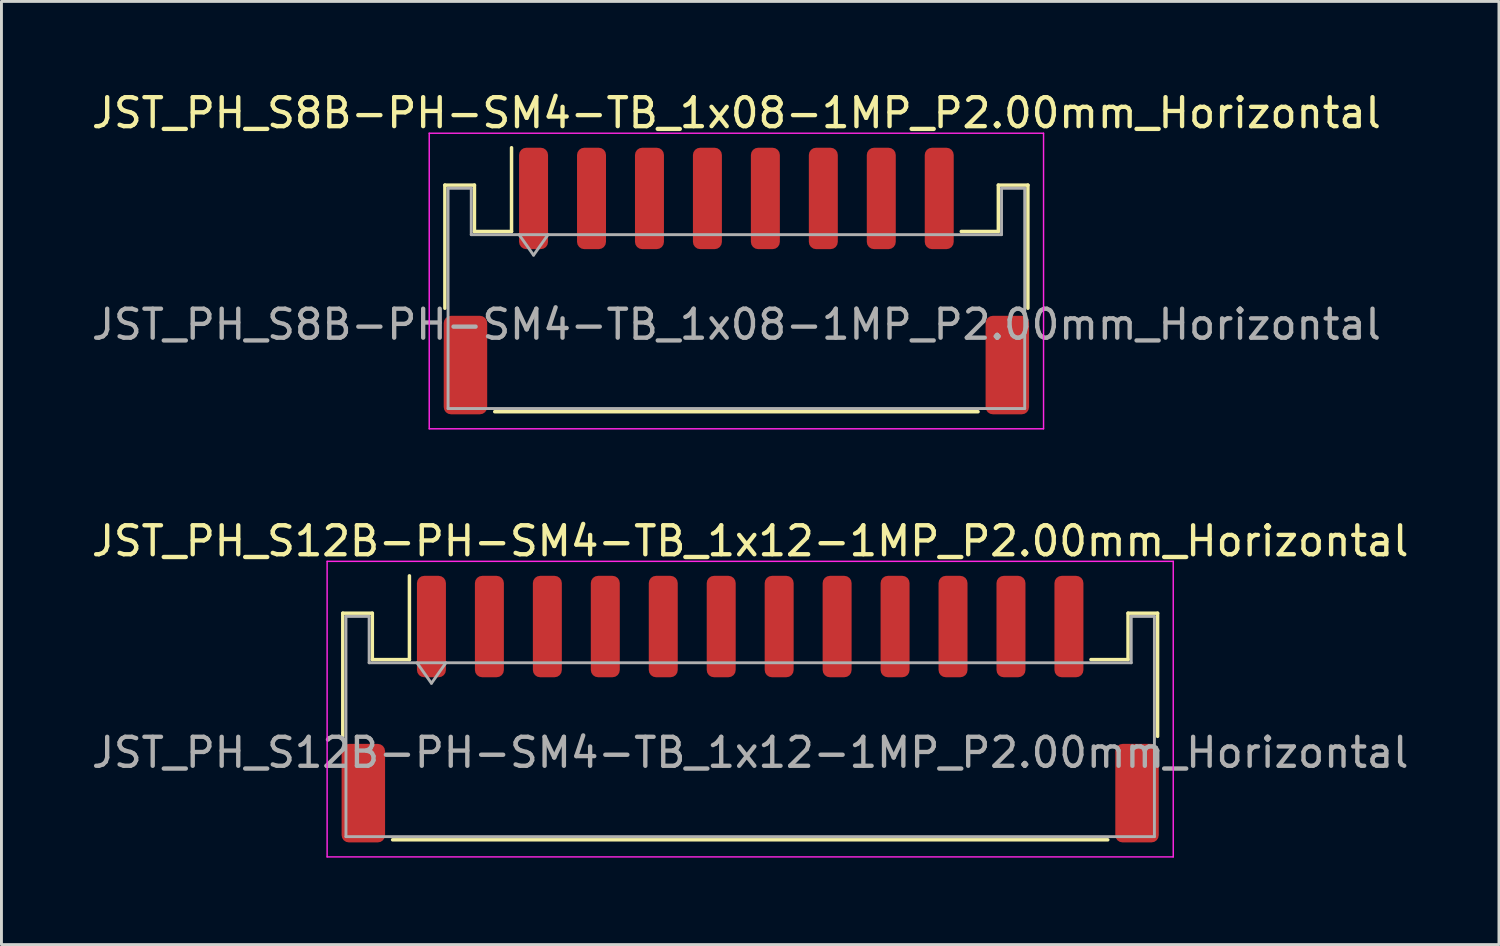
<source format=kicad_pcb>
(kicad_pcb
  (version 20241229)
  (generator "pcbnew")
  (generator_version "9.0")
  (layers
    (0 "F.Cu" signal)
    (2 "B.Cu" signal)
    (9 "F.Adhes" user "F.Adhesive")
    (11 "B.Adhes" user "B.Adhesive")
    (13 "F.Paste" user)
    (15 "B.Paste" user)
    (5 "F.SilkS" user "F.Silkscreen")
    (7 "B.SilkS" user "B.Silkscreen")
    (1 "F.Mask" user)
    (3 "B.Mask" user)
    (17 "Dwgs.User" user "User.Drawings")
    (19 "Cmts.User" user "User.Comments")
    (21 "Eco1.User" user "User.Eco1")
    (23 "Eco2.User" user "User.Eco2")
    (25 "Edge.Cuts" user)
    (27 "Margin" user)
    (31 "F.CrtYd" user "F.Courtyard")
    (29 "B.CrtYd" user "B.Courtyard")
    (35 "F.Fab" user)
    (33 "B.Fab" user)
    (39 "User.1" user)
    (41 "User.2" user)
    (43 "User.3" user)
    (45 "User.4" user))
  (footprint "JST_PH_S8B-PH-SM4-TB_1x08-1MP_P2.00mm_Horizontal"
    (layer "F.Cu")
    (at 22.363 6.648)
    (property "Reference" "JST_PH_S8B-PH-SM4-TB_1x08-1MP_P2.00mm_Horizontal" (at 0 -5.8 180) (layer "F.SilkS") (effects (font (size 1 1) (thickness 0.15))))
    (attr smd)
    (fp_line (start -10.06 -3.31) (end -9.04 -3.31) (stroke (width 0.12) (type solid)) (layer "F.SilkS"))
    (fp_line (start -10.06 0.94) (end -10.06 -3.31) (stroke (width 0.12) (type solid)) (layer "F.SilkS"))
    (fp_line (start -9.04 -3.31) (end -9.04 -1.71) (stroke (width 0.12) (type solid)) (layer "F.SilkS"))
    (fp_line (start -9.04 -1.71) (end -7.76 -1.71) (stroke (width 0.12) (type solid)) (layer "F.SilkS"))
    (fp_line (start -8.34 4.51) (end 8.34 4.51) (stroke (width 0.12) (type solid)) (layer "F.SilkS"))
    (fp_line (start -7.76 -1.71) (end -7.76 -4.6) (stroke (width 0.12) (type solid)) (layer "F.SilkS"))
    (fp_line (start 9.04 -3.31) (end 9.04 -1.71) (stroke (width 0.12) (type solid)) (layer "F.SilkS"))
    (fp_line (start 9.04 -1.71) (end 7.76 -1.71) (stroke (width 0.12) (type solid)) (layer "F.SilkS"))
    (fp_line (start 10.06 -3.31) (end 9.04 -3.31) (stroke (width 0.12) (type solid)) (layer "F.SilkS"))
    (fp_line (start 10.06 0.94) (end 10.06 -3.31) (stroke (width 0.12) (type solid)) (layer "F.SilkS"))
    (fp_line (start -10.6 -5.1) (end -10.6 5.1) (stroke (width 0.05) (type solid)) (layer "F.CrtYd"))
    (fp_line (start -10.6 5.1) (end 10.6 5.1) (stroke (width 0.05) (type solid)) (layer "F.CrtYd"))
    (fp_line (start 10.6 -5.1) (end -10.6 -5.1) (stroke (width 0.05) (type solid)) (layer "F.CrtYd"))
    (fp_line (start 10.6 5.1) (end 10.6 -5.1) (stroke (width 0.05) (type solid)) (layer "F.CrtYd"))
    (fp_line (start -9.95 -3.2) (end -9.95 4.4) (stroke (width 0.1) (type solid)) (layer "F.Fab"))
    (fp_line (start -9.95 -3.2) (end -9.15 -3.2) (stroke (width 0.1) (type solid)) (layer "F.Fab"))
    (fp_line (start -9.95 4.4) (end 9.95 4.4) (stroke (width 0.1) (type solid)) (layer "F.Fab"))
    (fp_line (start -9.15 -3.2) (end -9.15 -1.6) (stroke (width 0.1) (type solid)) (layer "F.Fab"))
    (fp_line (start -9.15 -1.6) (end 9.15 -1.6) (stroke (width 0.1) (type solid)) (layer "F.Fab"))
    (fp_line (start -7.5 -1.6) (end -7 -0.893) (stroke (width 0.1) (type solid)) (layer "F.Fab"))
    (fp_line (start -7 -0.893) (end -6.5 -1.6) (stroke (width 0.1) (type solid)) (layer "F.Fab"))
    (fp_line (start 9.15 -3.2) (end 9.95 -3.2) (stroke (width 0.1) (type solid)) (layer "F.Fab"))
    (fp_line (start 9.15 -1.6) (end 9.15 -3.2) (stroke (width 0.1) (type solid)) (layer "F.Fab"))
    (fp_line (start 9.95 -3.2) (end 9.95 4.4) (stroke (width 0.1) (type solid)) (layer "F.Fab"))
    (fp_text user "${REFERENCE}" (at 0 1.5 180) (layer "F.Fab") (effects (font (size 1 1) (thickness 0.15))))
    (pad "1" smd roundrect (at -7 -2.85) (size 1 3.5) (layers "F.Cu" "F.Mask" "F.Paste") (roundrect_rratio 0.25))
    (pad "2" smd roundrect (at -5 -2.85) (size 1 3.5) (layers "F.Cu" "F.Mask" "F.Paste") (roundrect_rratio 0.25))
    (pad "3" smd roundrect (at -3 -2.85) (size 1 3.5) (layers "F.Cu" "F.Mask" "F.Paste") (roundrect_rratio 0.25))
    (pad "4" smd roundrect (at -1 -2.85) (size 1 3.5) (layers "F.Cu" "F.Mask" "F.Paste") (roundrect_rratio 0.25))
    (pad "5" smd roundrect (at 1 -2.85) (size 1 3.5) (layers "F.Cu" "F.Mask" "F.Paste") (roundrect_rratio 0.25))
    (pad "6" smd roundrect (at 3 -2.85) (size 1 3.5) (layers "F.Cu" "F.Mask" "F.Paste") (roundrect_rratio 0.25))
    (pad "7" smd roundrect (at 5 -2.85) (size 1 3.5) (layers "F.Cu" "F.Mask" "F.Paste") (roundrect_rratio 0.25))
    (pad "8" smd roundrect (at 7 -2.85) (size 1 3.5) (layers "F.Cu" "F.Mask" "F.Paste") (roundrect_rratio 0.25))
    (pad "MP" smd roundrect (at -9.35 2.9) (size 1.5 3.4) (layers "F.Cu" "F.Mask" "F.Paste") (roundrect_rratio 0.167))
    (pad "MP" smd roundrect (at 9.35 2.9) (size 1.5 3.4) (layers "F.Cu" "F.Mask" "F.Paste") (roundrect_rratio 0.167)))
  (footprint "JST_PH_S12B-PH-SM4-TB_1x12-1MP_P2.00mm_Horizontal"
    (layer "F.Cu")
    (at 22.839 21.422)
    (property "Reference" "JST_PH_S12B-PH-SM4-TB_1x12-1MP_P2.00mm_Horizontal" (at 0 -5.8 0) (layer "F.SilkS") (effects (font (size 1 1) (thickness 0.15))))
    (attr smd)
    (fp_line (start -14.06 -3.31) (end -13.04 -3.31) (stroke (width 0.12) (type solid)) (layer "F.SilkS"))
    (fp_line (start -14.06 0.94) (end -14.06 -3.31) (stroke (width 0.12) (type solid)) (layer "F.SilkS"))
    (fp_line (start -13.04 -3.31) (end -13.04 -1.71) (stroke (width 0.12) (type solid)) (layer "F.SilkS"))
    (fp_line (start -13.04 -1.71) (end -11.76 -1.71) (stroke (width 0.12) (type solid)) (layer "F.SilkS"))
    (fp_line (start -12.34 4.51) (end 12.34 4.51) (stroke (width 0.12) (type solid)) (layer "F.SilkS"))
    (fp_line (start -11.76 -1.71) (end -11.76 -4.6) (stroke (width 0.12) (type solid)) (layer "F.SilkS"))
    (fp_line (start 13.04 -3.31) (end 13.04 -1.71) (stroke (width 0.12) (type solid)) (layer "F.SilkS"))
    (fp_line (start 13.04 -1.71) (end 11.76 -1.71) (stroke (width 0.12) (type solid)) (layer "F.SilkS"))
    (fp_line (start 14.06 -3.31) (end 13.04 -3.31) (stroke (width 0.12) (type solid)) (layer "F.SilkS"))
    (fp_line (start 14.06 0.94) (end 14.06 -3.31) (stroke (width 0.12) (type solid)) (layer "F.SilkS"))
    (fp_line (start -14.6 -5.1) (end -14.6 5.1) (stroke (width 0.05) (type solid)) (layer "F.CrtYd"))
    (fp_line (start -14.6 5.1) (end 14.6 5.1) (stroke (width 0.05) (type solid)) (layer "F.CrtYd"))
    (fp_line (start 14.6 -5.1) (end -14.6 -5.1) (stroke (width 0.05) (type solid)) (layer "F.CrtYd"))
    (fp_line (start 14.6 5.1) (end 14.6 -5.1) (stroke (width 0.05) (type solid)) (layer "F.CrtYd"))
    (fp_line (start -13.95 -3.2) (end -13.95 4.4) (stroke (width 0.1) (type solid)) (layer "F.Fab"))
    (fp_line (start -13.95 -3.2) (end -13.15 -3.2) (stroke (width 0.1) (type solid)) (layer "F.Fab"))
    (fp_line (start -13.95 4.4) (end 13.95 4.4) (stroke (width 0.1) (type solid)) (layer "F.Fab"))
    (fp_line (start -13.15 -3.2) (end -13.15 -1.6) (stroke (width 0.1) (type solid)) (layer "F.Fab"))
    (fp_line (start -13.15 -1.6) (end 13.15 -1.6) (stroke (width 0.1) (type solid)) (layer "F.Fab"))
    (fp_line (start -11.5 -1.6) (end -11 -0.893) (stroke (width 0.1) (type solid)) (layer "F.Fab"))
    (fp_line (start -11 -0.893) (end -10.5 -1.6) (stroke (width 0.1) (type solid)) (layer "F.Fab"))
    (fp_line (start 13.15 -3.2) (end 13.95 -3.2) (stroke (width 0.1) (type solid)) (layer "F.Fab"))
    (fp_line (start 13.15 -1.6) (end 13.15 -3.2) (stroke (width 0.1) (type solid)) (layer "F.Fab"))
    (fp_line (start 13.95 -3.2) (end 13.95 4.4) (stroke (width 0.1) (type solid)) (layer "F.Fab"))
    (fp_text user "${REFERENCE}" (at 0 1.5 0) (layer "F.Fab") (effects (font (size 1 1) (thickness 0.15))))
    (pad "1" smd roundrect (at -11 -2.85) (size 1 3.5) (layers "F.Cu" "F.Mask" "F.Paste") (roundrect_rratio 0.25))
    (pad "2" smd roundrect (at -9 -2.85) (size 1 3.5) (layers "F.Cu" "F.Mask" "F.Paste") (roundrect_rratio 0.25))
    (pad "3" smd roundrect (at -7 -2.85) (size 1 3.5) (layers "F.Cu" "F.Mask" "F.Paste") (roundrect_rratio 0.25))
    (pad "4" smd roundrect (at -5 -2.85) (size 1 3.5) (layers "F.Cu" "F.Mask" "F.Paste") (roundrect_rratio 0.25))
    (pad "5" smd roundrect (at -3 -2.85) (size 1 3.5) (layers "F.Cu" "F.Mask" "F.Paste") (roundrect_rratio 0.25))
    (pad "6" smd roundrect (at -1 -2.85) (size 1 3.5) (layers "F.Cu" "F.Mask" "F.Paste") (roundrect_rratio 0.25))
    (pad "7" smd roundrect (at 1 -2.85) (size 1 3.5) (layers "F.Cu" "F.Mask" "F.Paste") (roundrect_rratio 0.25))
    (pad "8" smd roundrect (at 3 -2.85) (size 1 3.5) (layers "F.Cu" "F.Mask" "F.Paste") (roundrect_rratio 0.25))
    (pad "9" smd roundrect (at 5 -2.85) (size 1 3.5) (layers "F.Cu" "F.Mask" "F.Paste") (roundrect_rratio 0.25))
    (pad "10" smd roundrect (at 7 -2.85) (size 1 3.5) (layers "F.Cu" "F.Mask" "F.Paste") (roundrect_rratio 0.25))
    (pad "11" smd roundrect (at 9 -2.85) (size 1 3.5) (layers "F.Cu" "F.Mask" "F.Paste") (roundrect_rratio 0.25))
    (pad "12" smd roundrect (at 11 -2.85) (size 1 3.5) (layers "F.Cu" "F.Mask" "F.Paste") (roundrect_rratio 0.25))
    (pad "MP" smd roundrect (at -13.35 2.9) (size 1.5 3.4) (layers "F.Cu" "F.Mask" "F.Paste") (roundrect_rratio 0.167))
    (pad "MP" smd roundrect (at 13.35 2.9) (size 1.5 3.4) (layers "F.Cu" "F.Mask" "F.Paste") (roundrect_rratio 0.167)))
  (gr_rect
    (start -3 -3)
    (end 48.679 29.547)
    (stroke (width 0.1) (type default))
    (fill no)
    (layer "Edge.Cuts")))
</source>
